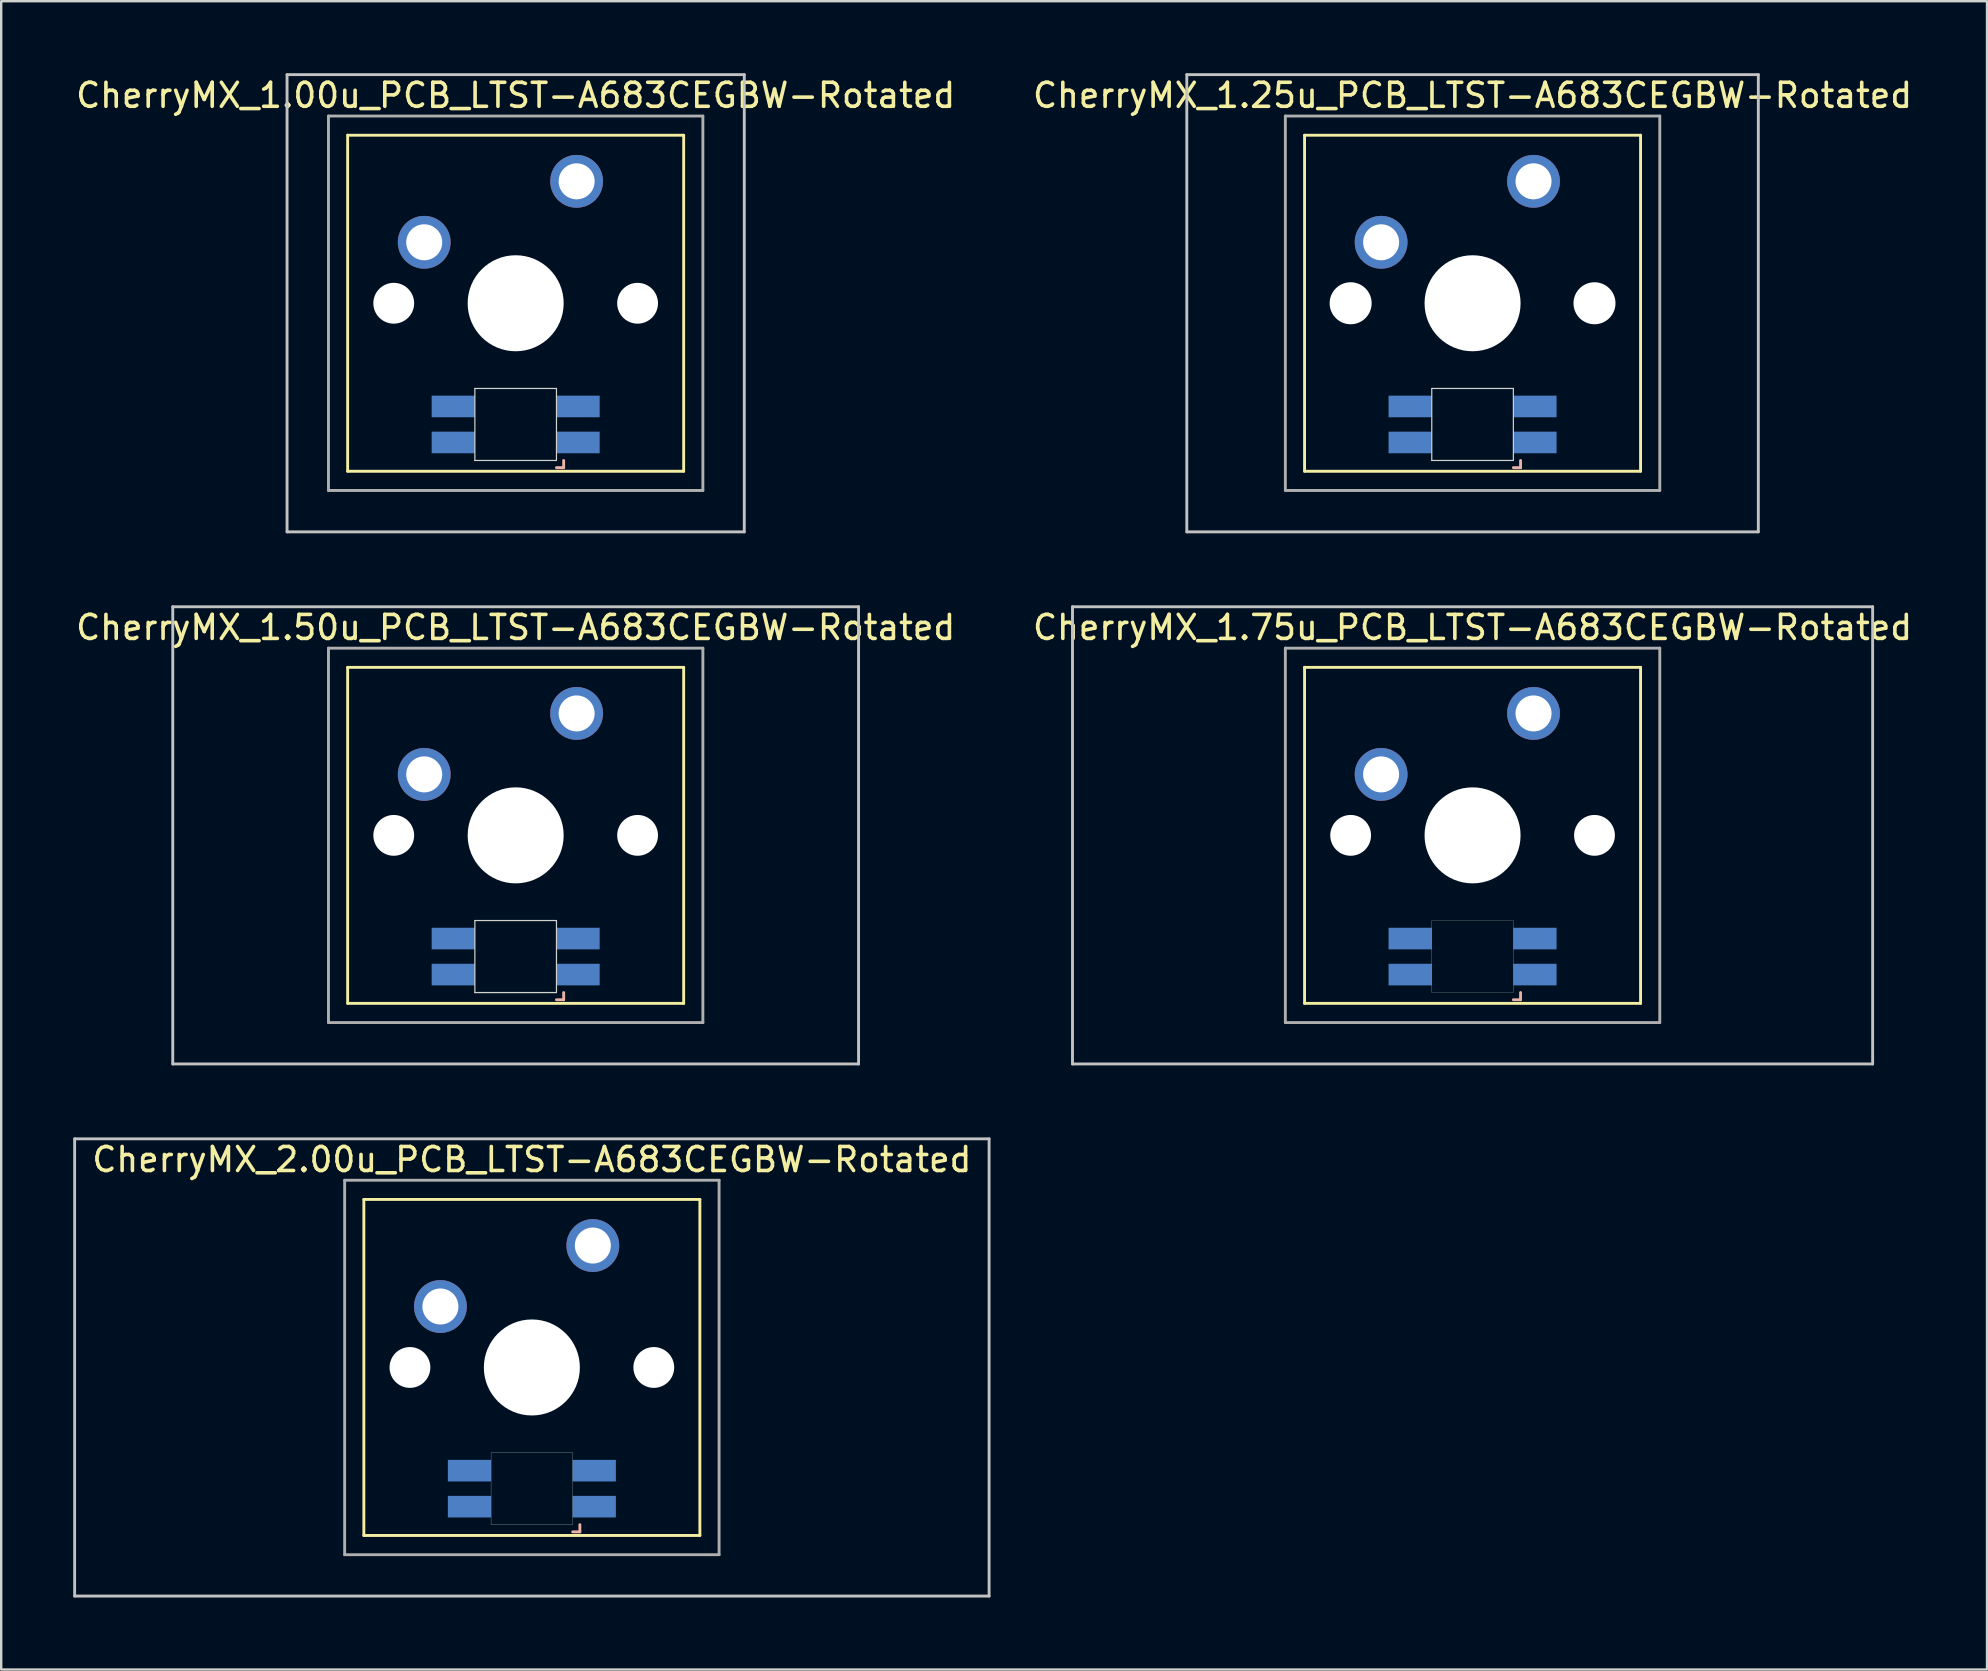
<source format=kicad_pcb>
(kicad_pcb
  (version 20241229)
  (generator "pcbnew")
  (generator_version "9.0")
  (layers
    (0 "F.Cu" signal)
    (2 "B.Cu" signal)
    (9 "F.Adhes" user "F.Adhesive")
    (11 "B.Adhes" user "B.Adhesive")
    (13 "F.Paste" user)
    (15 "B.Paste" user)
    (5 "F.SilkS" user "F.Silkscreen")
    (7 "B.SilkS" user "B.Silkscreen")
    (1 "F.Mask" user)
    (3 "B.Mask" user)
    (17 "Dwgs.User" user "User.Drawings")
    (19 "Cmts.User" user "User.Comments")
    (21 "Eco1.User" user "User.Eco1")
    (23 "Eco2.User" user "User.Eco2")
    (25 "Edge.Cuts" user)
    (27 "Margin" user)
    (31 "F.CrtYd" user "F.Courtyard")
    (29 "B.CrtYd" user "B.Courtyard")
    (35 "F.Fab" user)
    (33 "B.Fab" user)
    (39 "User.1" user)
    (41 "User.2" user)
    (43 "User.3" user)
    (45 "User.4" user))
  (footprint "CherryMX_1.00u_PCB_LTST-A683CEGBW-Rotated"
    (layer "F.Cu")
    (at 18.435 9.585)
    (property "Reference" "CherryMX_1.00u_PCB_LTST-A683CEGBW-Rotated" (at 0 -8.662 0) (layer "F.SilkS") (effects (font (size 1 1) (thickness 0.15))))
    (attr through_hole)
    (fp_line (start -7 -7) (end -7 7) (stroke (width 0.12) (type solid)) (layer "F.SilkS"))
    (fp_line (start -7 -7) (end 7 -7) (stroke (width 0.12) (type solid)) (layer "F.SilkS"))
    (fp_line (start 7 -7) (end 7 7) (stroke (width 0.12) (type solid)) (layer "F.SilkS"))
    (fp_line (start 7 7) (end -7 7) (stroke (width 0.12) (type solid)) (layer "F.SilkS"))
    (fp_line (start 1.7 6.85) (end 2 6.85) (stroke (width 0.12) (type solid)) (layer "B.SilkS"))
    (fp_line (start 2 6.85) (end 2 6.55) (stroke (width 0.12) (type solid)) (layer "B.SilkS"))
    (fp_line (start -9.525 -9.525) (end 9.525 -9.525) (stroke (width 0.12) (type solid)) (layer "Dwgs.User"))
    (fp_line (start -9.525 9.525) (end -9.525 -9.525) (stroke (width 0.12) (type solid)) (layer "Dwgs.User"))
    (fp_line (start 9.525 -9.525) (end 9.525 9.525) (stroke (width 0.12) (type solid)) (layer "Dwgs.User"))
    (fp_line (start 9.525 9.525) (end -9.525 9.525) (stroke (width 0.12) (type solid)) (layer "Dwgs.User"))
    (fp_line (start -1.7 3.55) (end 1.7 3.55) (stroke (width 0.05) (type solid)) (layer "Edge.Cuts"))
    (fp_line (start -1.7 6.55) (end -1.7 3.55) (stroke (width 0.05) (type solid)) (layer "Edge.Cuts"))
    (fp_line (start 1.7 3.55) (end 1.7 6.55) (stroke (width 0.05) (type solid)) (layer "Edge.Cuts"))
    (fp_line (start 1.7 6.55) (end -1.7 6.55) (stroke (width 0.05) (type solid)) (layer "Edge.Cuts"))
    (fp_line (start -7.8 -7.8) (end -7.8 7.8) (stroke (width 0.12) (type solid)) (layer "F.Fab"))
    (fp_line (start -7.8 -7.8) (end 7.8 -7.8) (stroke (width 0.12) (type solid)) (layer "F.Fab"))
    (fp_line (start -7.8 7.8) (end 7.8 7.8) (stroke (width 0.12) (type solid)) (layer "F.Fab"))
    (fp_line (start 7.8 -7.8) (end 7.8 7.8) (stroke (width 0.12) (type solid)) (layer "F.Fab"))
    (pad "" np_thru_hole circle (at -5.08 0) (size 1.7 1.7) (drill 1.7) (layers "*.Cu" "*.Mask"))
    (pad "" np_thru_hole circle (at 0 0) (size 4 4) (drill 4) (layers "*.Cu" "*.Mask"))
    (pad "" np_thru_hole circle (at 5.08 0) (size 1.7 1.7) (drill 1.7) (layers "*.Cu" "*.Mask"))
    (pad "1" thru_hole circle (at -3.81 -2.54) (size 2.2 2.2) (drill 1.5) (layers "*.Cu" "*.Mask"))
    (pad "2" thru_hole circle (at 2.54 -5.08) (size 2.2 2.2) (drill 1.5) (layers "*.Cu" "*.Mask"))
    (pad "3" smd rect (at 2.6 5.8 180) (size 1.8 0.9) (layers "B.Cu" "B.Mask" "B.Paste"))
    (pad "4" smd rect (at 2.6 4.3 180) (size 1.8 0.9) (layers "B.Cu" "B.Mask" "B.Paste"))
    (pad "5" smd rect (at -2.6 5.8 180) (size 1.8 0.9) (layers "B.Cu" "B.Mask" "B.Paste"))
    (pad "6" smd rect (at -2.6 4.3 180) (size 1.8 0.9) (layers "B.Cu" "B.Mask" "B.Paste")))
  (footprint "CherryMX_1.25u_PCB_LTST-A683CEGBW-Rotated"
    (layer "F.Cu")
    (at 58.304 9.585)
    (property "Reference" "CherryMX_1.25u_PCB_LTST-A683CEGBW-Rotated" (at 0 -8.662 0) (layer "F.SilkS") (effects (font (size 1 1) (thickness 0.15))))
    (attr through_hole)
    (fp_line (start -7 -7) (end -7 7) (stroke (width 0.12) (type solid)) (layer "F.SilkS"))
    (fp_line (start -7 -7) (end 7 -7) (stroke (width 0.12) (type solid)) (layer "F.SilkS"))
    (fp_line (start 7 -7) (end 7 7) (stroke (width 0.12) (type solid)) (layer "F.SilkS"))
    (fp_line (start 7 7) (end -7 7) (stroke (width 0.12) (type solid)) (layer "F.SilkS"))
    (fp_line (start 1.7 6.85) (end 2 6.85) (stroke (width 0.12) (type solid)) (layer "B.SilkS"))
    (fp_line (start 2 6.85) (end 2 6.55) (stroke (width 0.12) (type solid)) (layer "B.SilkS"))
    (fp_line (start -11.906 -9.525) (end 11.906 -9.525) (stroke (width 0.12) (type solid)) (layer "Dwgs.User"))
    (fp_line (start -11.906 9.525) (end -11.906 -9.525) (stroke (width 0.12) (type solid)) (layer "Dwgs.User"))
    (fp_line (start 11.906 -9.525) (end 11.906 9.525) (stroke (width 0.12) (type solid)) (layer "Dwgs.User"))
    (fp_line (start 11.906 9.525) (end -11.906 9.525) (stroke (width 0.12) (type solid)) (layer "Dwgs.User"))
    (fp_line (start -1.7 3.55) (end 1.7 3.55) (stroke (width 0.05) (type solid)) (layer "Edge.Cuts"))
    (fp_line (start -1.7 6.55) (end -1.7 3.55) (stroke (width 0.05) (type solid)) (layer "Edge.Cuts"))
    (fp_line (start 1.7 3.55) (end 1.7 6.55) (stroke (width 0.05) (type solid)) (layer "Edge.Cuts"))
    (fp_line (start 1.7 6.55) (end -1.7 6.55) (stroke (width 0.05) (type solid)) (layer "Edge.Cuts"))
    (fp_line (start -7.8 -7.8) (end -7.8 7.8) (stroke (width 0.12) (type solid)) (layer "F.Fab"))
    (fp_line (start -7.8 -7.8) (end 7.8 -7.8) (stroke (width 0.12) (type solid)) (layer "F.Fab"))
    (fp_line (start -7.8 7.8) (end 7.8 7.8) (stroke (width 0.12) (type solid)) (layer "F.Fab"))
    (fp_line (start 7.8 -7.8) (end 7.8 7.8) (stroke (width 0.12) (type solid)) (layer "F.Fab"))
    (pad "" np_thru_hole circle (at -5.08 0) (size 1.75 1.75) (drill 1.75) (layers "*.Cu" "*.Mask"))
    (pad "" np_thru_hole circle (at 0 0) (size 4 4) (drill 4) (layers "*.Cu" "*.Mask"))
    (pad "" np_thru_hole circle (at 5.08 0) (size 1.75 1.75) (drill 1.75) (layers "*.Cu" "*.Mask"))
    (pad "1" thru_hole circle (at -3.81 -2.54) (size 2.2 2.2) (drill 1.5) (layers "*.Cu" "*.Mask"))
    (pad "2" thru_hole circle (at 2.54 -5.08) (size 2.2 2.2) (drill 1.5) (layers "*.Cu" "*.Mask"))
    (pad "3" smd rect (at 2.6 5.8) (size 1.8 0.9) (layers "B.Cu" "B.Mask" "B.Paste"))
    (pad "4" smd rect (at 2.6 4.3) (size 1.8 0.9) (layers "B.Cu" "B.Mask" "B.Paste"))
    (pad "5" smd rect (at -2.6 5.8) (size 1.8 0.9) (layers "B.Cu" "B.Mask" "B.Paste"))
    (pad "6" smd rect (at -2.6 4.3) (size 1.8 0.9) (layers "B.Cu" "B.Mask" "B.Paste")))
  (footprint "CherryMX_2.00u_PCB_LTST-A683CEGBW-Rotated"
    (layer "F.Cu")
    (at 19.11 53.925)
    (property "Reference" "CherryMX_2.00u_PCB_LTST-A683CEGBW-Rotated" (at 0 -8.662 0) (layer "F.SilkS") (effects (font (size 1 1) (thickness 0.15))))
    (attr through_hole)
    (fp_line (start -7 -7) (end -7 7) (stroke (width 0.12) (type solid)) (layer "F.SilkS"))
    (fp_line (start -7 -7) (end 7 -7) (stroke (width 0.12) (type solid)) (layer "F.SilkS"))
    (fp_line (start 7 -7) (end 7 7) (stroke (width 0.12) (type solid)) (layer "F.SilkS"))
    (fp_line (start 7 7) (end -7 7) (stroke (width 0.12) (type solid)) (layer "F.SilkS"))
    (fp_line (start 1.7 6.85) (end 2 6.85) (stroke (width 0.12) (type solid)) (layer "B.SilkS"))
    (fp_line (start 2 6.85) (end 2 6.55) (stroke (width 0.12) (type solid)) (layer "B.SilkS"))
    (fp_line (start -19.05 -9.525) (end 19.05 -9.525) (stroke (width 0.12) (type solid)) (layer "Dwgs.User"))
    (fp_line (start -19.05 9.525) (end -19.05 -9.525) (stroke (width 0.12) (type solid)) (layer "Dwgs.User"))
    (fp_line (start 19.05 -9.525) (end 19.05 9.525) (stroke (width 0.12) (type solid)) (layer "Dwgs.User"))
    (fp_line (start 19.05 9.525) (end -19.05 9.525) (stroke (width 0.12) (type solid)) (layer "Dwgs.User"))
    (fp_poly (pts (xy -1.7 3.55) (xy 1.7 3.55) (xy 1.7 6.55) (xy -1.7 6.55)) (stroke (width 0.01) (type solid)) (fill no) (layer "Edge.Cuts"))
    (fp_line (start -7.8 -7.8) (end -7.8 7.8) (stroke (width 0.12) (type solid)) (layer "F.Fab"))
    (fp_line (start -7.8 -7.8) (end 7.8 -7.8) (stroke (width 0.12) (type solid)) (layer "F.Fab"))
    (fp_line (start -7.8 7.8) (end 7.8 7.8) (stroke (width 0.12) (type solid)) (layer "F.Fab"))
    (fp_line (start 7.8 -7.8) (end 7.8 7.8) (stroke (width 0.12) (type solid)) (layer "F.Fab"))
    (pad "" np_thru_hole circle (at -5.08 0) (size 1.7 1.7) (drill 1.7) (layers "*.Cu" "*.Mask"))
    (pad "" np_thru_hole circle (at 0 0) (size 4 4) (drill 4) (layers "*.Cu" "*.Mask"))
    (pad "" np_thru_hole circle (at 5.08 0) (size 1.7 1.7) (drill 1.7) (layers "*.Cu" "*.Mask"))
    (pad "1" thru_hole circle (at -3.81 -2.54) (size 2.2 2.2) (drill 1.5) (layers "*.Cu" "*.Mask"))
    (pad "2" thru_hole circle (at 2.54 -5.08) (size 2.2 2.2) (drill 1.5) (layers "*.Cu" "*.Mask"))
    (pad "3" smd rect (at 2.6 5.8 180) (size 1.8 0.9) (layers "B.Cu" "B.Mask" "B.Paste"))
    (pad "4" smd rect (at 2.6 4.3 180) (size 1.8 0.9) (layers "B.Cu" "B.Mask" "B.Paste"))
    (pad "5" smd rect (at -2.6 5.8 180) (size 1.8 0.9) (layers "B.Cu" "B.Mask" "B.Paste"))
    (pad "6" smd rect (at -2.6 4.3 180) (size 1.8 0.9) (layers "B.Cu" "B.Mask" "B.Paste")))
  (footprint "CherryMX_1.50u_PCB_LTST-A683CEGBW-Rotated"
    (layer "F.Cu")
    (at 18.435 31.755)
    (property "Reference" "CherryMX_1.50u_PCB_LTST-A683CEGBW-Rotated" (at 0 -8.662 0) (layer "F.SilkS") (effects (font (size 1 1) (thickness 0.15))))
    (attr through_hole)
    (fp_line (start -7 -7) (end -7 7) (stroke (width 0.12) (type solid)) (layer "F.SilkS"))
    (fp_line (start -7 -7) (end 7 -7) (stroke (width 0.12) (type solid)) (layer "F.SilkS"))
    (fp_line (start 7 -7) (end 7 7) (stroke (width 0.12) (type solid)) (layer "F.SilkS"))
    (fp_line (start 7 7) (end -7 7) (stroke (width 0.12) (type solid)) (layer "F.SilkS"))
    (fp_line (start 1.7 6.85) (end 2 6.85) (stroke (width 0.12) (type solid)) (layer "B.SilkS"))
    (fp_line (start 2 6.85) (end 2 6.55) (stroke (width 0.12) (type solid)) (layer "B.SilkS"))
    (fp_line (start -14.287 -9.525) (end 14.287 -9.525) (stroke (width 0.12) (type solid)) (layer "Dwgs.User"))
    (fp_line (start -14.287 9.525) (end -14.287 -9.525) (stroke (width 0.12) (type solid)) (layer "Dwgs.User"))
    (fp_line (start 14.287 -9.525) (end 14.287 9.525) (stroke (width 0.12) (type solid)) (layer "Dwgs.User"))
    (fp_line (start 14.287 9.525) (end -14.287 9.525) (stroke (width 0.12) (type solid)) (layer "Dwgs.User"))
    (fp_line (start -1.7 3.55) (end 1.7 3.55) (stroke (width 0.05) (type solid)) (layer "Edge.Cuts"))
    (fp_line (start -1.7 6.55) (end -1.7 3.55) (stroke (width 0.05) (type solid)) (layer "Edge.Cuts"))
    (fp_line (start 1.7 3.55) (end 1.7 6.55) (stroke (width 0.05) (type solid)) (layer "Edge.Cuts"))
    (fp_line (start 1.7 6.55) (end -1.7 6.55) (stroke (width 0.05) (type solid)) (layer "Edge.Cuts"))
    (fp_line (start -7.8 -7.8) (end -7.8 7.8) (stroke (width 0.12) (type solid)) (layer "F.Fab"))
    (fp_line (start -7.8 -7.8) (end 7.8 -7.8) (stroke (width 0.12) (type solid)) (layer "F.Fab"))
    (fp_line (start -7.8 7.8) (end 7.8 7.8) (stroke (width 0.12) (type solid)) (layer "F.Fab"))
    (fp_line (start 7.8 -7.8) (end 7.8 7.8) (stroke (width 0.12) (type solid)) (layer "F.Fab"))
    (pad "" np_thru_hole circle (at -5.08 0) (size 1.7 1.7) (drill 1.7) (layers "*.Cu" "*.Mask"))
    (pad "" np_thru_hole circle (at 0 0) (size 4 4) (drill 4) (layers "*.Cu" "*.Mask"))
    (pad "" np_thru_hole circle (at 5.08 0) (size 1.7 1.7) (drill 1.7) (layers "*.Cu" "*.Mask"))
    (pad "1" thru_hole circle (at -3.81 -2.54) (size 2.2 2.2) (drill 1.5) (layers "*.Cu" "*.Mask"))
    (pad "2" thru_hole circle (at 2.54 -5.08) (size 2.2 2.2) (drill 1.5) (layers "*.Cu" "*.Mask"))
    (pad "3" smd rect (at 2.6 5.8 180) (size 1.8 0.9) (layers "B.Cu" "B.Mask" "B.Paste"))
    (pad "4" smd rect (at 2.6 4.3 180) (size 1.8 0.9) (layers "B.Cu" "B.Mask" "B.Paste"))
    (pad "5" smd rect (at -2.6 5.8 180) (size 1.8 0.9) (layers "B.Cu" "B.Mask" "B.Paste"))
    (pad "6" smd rect (at -2.6 4.3 180) (size 1.8 0.9) (layers "B.Cu" "B.Mask" "B.Paste")))
  (footprint "CherryMX_1.75u_PCB_LTST-A683CEGBW-Rotated"
    (layer "F.Cu")
    (at 58.304 31.755)
    (property "Reference" "CherryMX_1.75u_PCB_LTST-A683CEGBW-Rotated" (at 0 -8.662 0) (layer "F.SilkS") (effects (font (size 1 1) (thickness 0.15))))
    (attr through_hole)
    (fp_line (start -7 -7) (end -7 7) (stroke (width 0.12) (type solid)) (layer "F.SilkS"))
    (fp_line (start -7 -7) (end 7 -7) (stroke (width 0.12) (type solid)) (layer "F.SilkS"))
    (fp_line (start 7 -7) (end 7 7) (stroke (width 0.12) (type solid)) (layer "F.SilkS"))
    (fp_line (start 7 7) (end -7 7) (stroke (width 0.12) (type solid)) (layer "F.SilkS"))
    (fp_line (start 1.7 6.85) (end 2 6.85) (stroke (width 0.12) (type solid)) (layer "B.SilkS"))
    (fp_line (start 2 6.85) (end 2 6.55) (stroke (width 0.12) (type solid)) (layer "B.SilkS"))
    (fp_line (start -16.669 -9.525) (end 16.669 -9.525) (stroke (width 0.12) (type solid)) (layer "Dwgs.User"))
    (fp_line (start -16.669 9.525) (end -16.669 -9.525) (stroke (width 0.12) (type solid)) (layer "Dwgs.User"))
    (fp_line (start 16.669 -9.525) (end 16.669 9.525) (stroke (width 0.12) (type solid)) (layer "Dwgs.User"))
    (fp_line (start 16.669 9.525) (end -16.669 9.525) (stroke (width 0.12) (type solid)) (layer "Dwgs.User"))
    (fp_poly (pts (xy -1.7 3.55) (xy 1.7 3.55) (xy 1.7 6.55) (xy -1.7 6.55)) (stroke (width 0.01) (type solid)) (fill no) (layer "Edge.Cuts"))
    (fp_line (start -7.8 -7.8) (end -7.8 7.8) (stroke (width 0.12) (type solid)) (layer "F.Fab"))
    (fp_line (start -7.8 -7.8) (end 7.8 -7.8) (stroke (width 0.12) (type solid)) (layer "F.Fab"))
    (fp_line (start -7.8 7.8) (end 7.8 7.8) (stroke (width 0.12) (type solid)) (layer "F.Fab"))
    (fp_line (start 7.8 -7.8) (end 7.8 7.8) (stroke (width 0.12) (type solid)) (layer "F.Fab"))
    (pad "" np_thru_hole circle (at -5.08 0) (size 1.7 1.7) (drill 1.7) (layers "*.Cu" "*.Mask"))
    (pad "" np_thru_hole circle (at 0 0) (size 4 4) (drill 4) (layers "*.Cu" "*.Mask"))
    (pad "" np_thru_hole circle (at 5.08 0) (size 1.7 1.7) (drill 1.7) (layers "*.Cu" "*.Mask"))
    (pad "1" thru_hole circle (at -3.81 -2.54) (size 2.2 2.2) (drill 1.5) (layers "*.Cu" "*.Mask"))
    (pad "2" thru_hole circle (at 2.54 -5.08) (size 2.2 2.2) (drill 1.5) (layers "*.Cu" "*.Mask"))
    (pad "3" smd rect (at 2.6 5.8 180) (size 1.8 0.9) (layers "B.Cu" "B.Mask" "B.Paste"))
    (pad "4" smd rect (at 2.6 4.3 180) (size 1.8 0.9) (layers "B.Cu" "B.Mask" "B.Paste"))
    (pad "5" smd rect (at -2.6 5.8 180) (size 1.8 0.9) (layers "B.Cu" "B.Mask" "B.Paste"))
    (pad "6" smd rect (at -2.6 4.3 180) (size 1.8 0.9) (layers "B.Cu" "B.Mask" "B.Paste")))
  (gr_rect
    (start -3 -3)
    (end 79.738 66.51)
    (stroke (width 0.1) (type default))
    (fill no)
    (layer "Edge.Cuts")))
</source>
